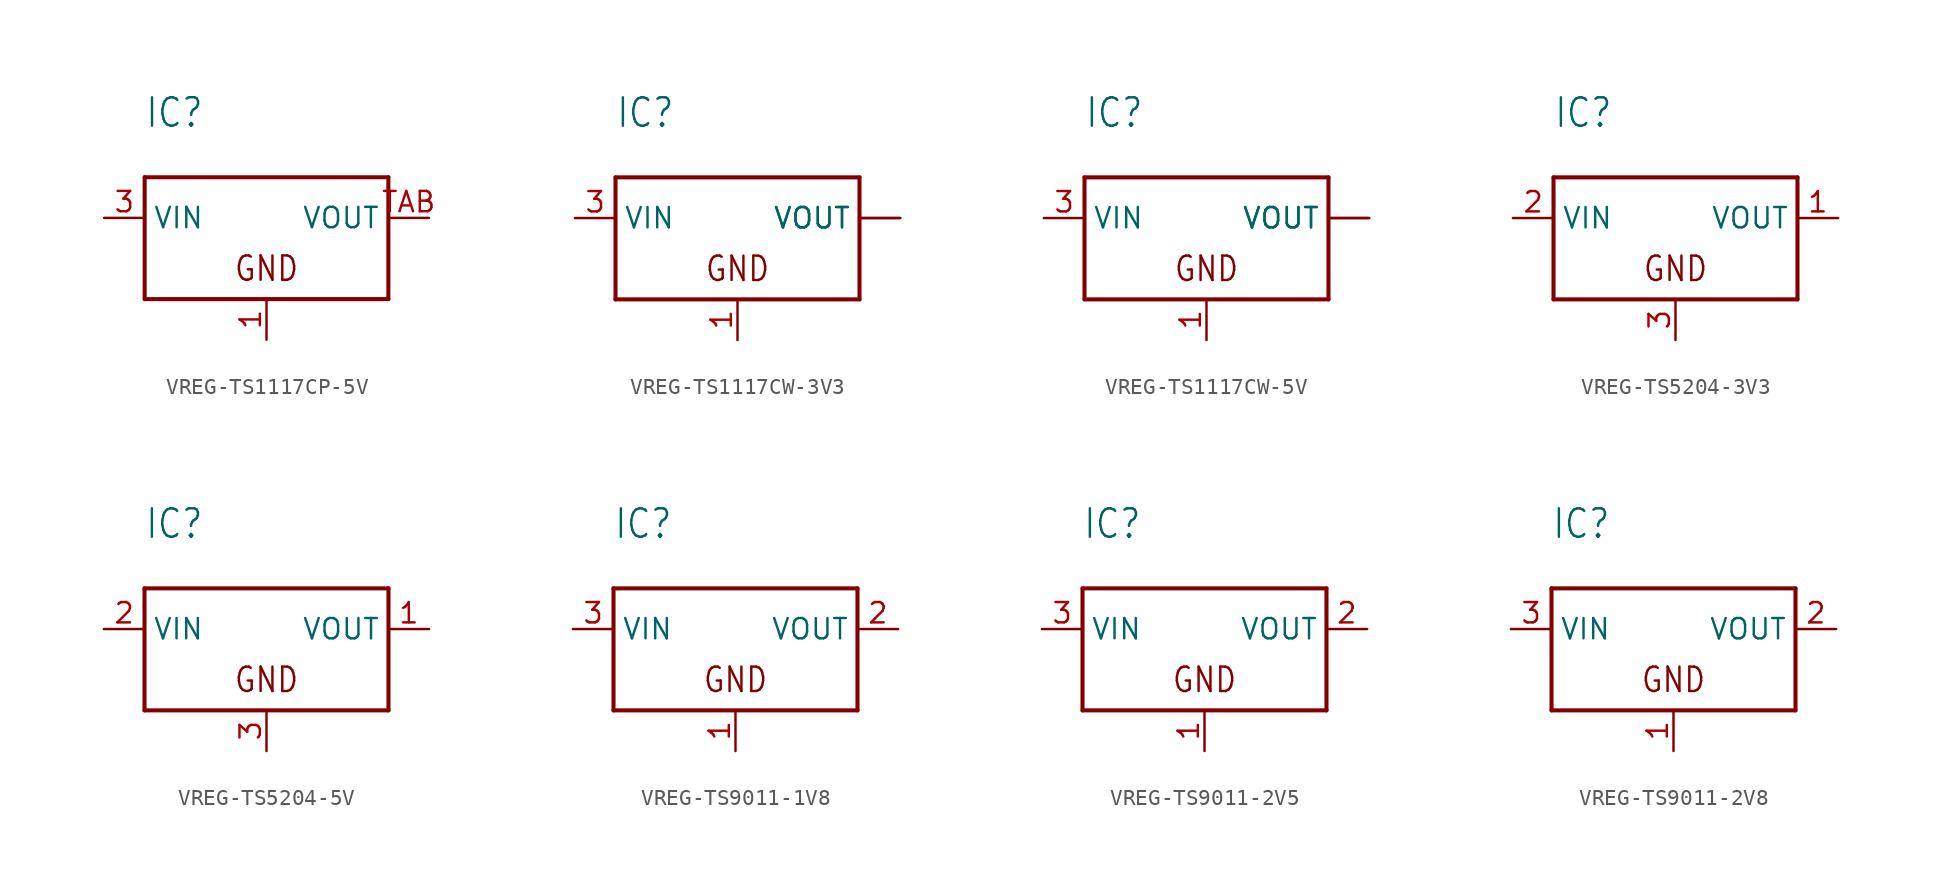
<source format=kicad_sym>
(kicad_symbol_lib
  (version 20220914)
  (generator kicad_symbol_editor)
  (symbol "VREG-TS1117CP-5V"
    (property "Reference" "IC"
      (at -7.62 7.62 0)
      (effects (font (size 1.778 1.511)) (justify left top)))
    (property "Value" ""
      (at -7.62 5.08 0)
      (effects (font (size 1.778 1.511)) (justify left top)))
    (property "ki_locked" ""
      (at 0 0 0)
      (effects (font (size 1.27 1.27))))
    (symbol "VREG-TS1117CP-5V_1_0"
      (polyline (pts (xy -7.62 -5.08) (xy 7.62 -5.08)) (stroke (width 0.254) (type solid)) (fill (type none)))
      (polyline (pts (xy -7.62 2.54) (xy -7.62 -5.08)) (stroke (width 0.254) (type solid)) (fill (type none)))
      (polyline (pts (xy 7.62 -5.08) (xy 7.62 2.54)) (stroke (width 0.254) (type solid)) (fill (type none)))
      (polyline (pts (xy 7.62 2.54) (xy -7.62 2.54)) (stroke (width 0.254) (type solid)) (fill (type none)))
      (text "GND" (at 0 -4.064 0) (effects (font (size 1.524 1.295)) (justify bottom)))
      (pin power_in line (at 0 -7.62 90) (length 2.54) (name "GND" (effects (font (size 0 0)))) (number "1" (effects (font (size 1.27 1.27)))))
      (pin power_in line (at -10.16 0 0) (length 2.54) (name "VIN" (effects (font (size 1.27 1.27)))) (number "3" (effects (font (size 1.27 1.27)))))
      (pin power_in line (at 10.16 0 180) (length 2.54) (name "VOUT" (effects (font (size 1.27 1.27)))) (number "TAB" (effects (font (size 1.27 1.27)))))))
  (symbol "VREG-TS1117CW-3V3"
    (property "Reference" "IC"
      (at -7.62 7.62 0)
      (effects (font (size 1.778 1.511)) (justify left top)))
    (property "Value" ""
      (at -7.62 5.08 0)
      (effects (font (size 1.778 1.511)) (justify left top)))
    (property "ki_locked" ""
      (at 0 0 0)
      (effects (font (size 1.27 1.27))))
    (symbol "VREG-TS1117CW-3V3_1_0"
      (polyline (pts (xy -7.62 -5.08) (xy 7.62 -5.08)) (stroke (width 0.254) (type solid)) (fill (type none)))
      (polyline (pts (xy -7.62 2.54) (xy -7.62 -5.08)) (stroke (width 0.254) (type solid)) (fill (type none)))
      (polyline (pts (xy 7.62 -5.08) (xy 7.62 2.54)) (stroke (width 0.254) (type solid)) (fill (type none)))
      (polyline (pts (xy 7.62 2.54) (xy -7.62 2.54)) (stroke (width 0.254) (type solid)) (fill (type none)))
      (text "GND" (at 0 -4.064 0) (effects (font (size 1.524 1.295)) (justify bottom)))
      (pin power_in line (at 0 -7.62 90) (length 2.54) (name "GND" (effects (font (size 0 0)))) (number "1" (effects (font (size 1.27 1.27)))))
      (pin power_in line (at 10.16 0 180) (length 2.54) (name "VOUT" (effects (font (size 1.27 1.27)))) (number "2" (effects (font (size 0 0)))))
      (pin power_in line (at -10.16 0 0) (length 2.54) (name "VIN" (effects (font (size 1.27 1.27)))) (number "3" (effects (font (size 1.27 1.27)))))
      (pin power_in line (at 10.16 0 180) (length 2.54) (name "VOUT" (effects (font (size 1.27 1.27)))) (number "4" (effects (font (size 0 0)))))))
  (symbol "VREG-TS1117CW-5V"
    (property "Reference" "IC"
      (at -7.62 7.62 0)
      (effects (font (size 1.778 1.511)) (justify left top)))
    (property "Value" ""
      (at -7.62 5.08 0)
      (effects (font (size 1.778 1.511)) (justify left top)))
    (property "ki_locked" ""
      (at 0 0 0)
      (effects (font (size 1.27 1.27))))
    (symbol "VREG-TS1117CW-5V_1_0"
      (polyline (pts (xy -7.62 -5.08) (xy 7.62 -5.08)) (stroke (width 0.254) (type solid)) (fill (type none)))
      (polyline (pts (xy -7.62 2.54) (xy -7.62 -5.08)) (stroke (width 0.254) (type solid)) (fill (type none)))
      (polyline (pts (xy 7.62 -5.08) (xy 7.62 2.54)) (stroke (width 0.254) (type solid)) (fill (type none)))
      (polyline (pts (xy 7.62 2.54) (xy -7.62 2.54)) (stroke (width 0.254) (type solid)) (fill (type none)))
      (text "GND" (at 0 -4.064 0) (effects (font (size 1.524 1.295)) (justify bottom)))
      (pin power_in line (at 0 -7.62 90) (length 2.54) (name "GND" (effects (font (size 0 0)))) (number "1" (effects (font (size 1.27 1.27)))))
      (pin power_in line (at 10.16 0 180) (length 2.54) (name "VOUT" (effects (font (size 1.27 1.27)))) (number "2" (effects (font (size 0 0)))))
      (pin power_in line (at -10.16 0 0) (length 2.54) (name "VIN" (effects (font (size 1.27 1.27)))) (number "3" (effects (font (size 1.27 1.27)))))
      (pin power_in line (at 10.16 0 180) (length 2.54) (name "VOUT" (effects (font (size 1.27 1.27)))) (number "4" (effects (font (size 0 0)))))))
  (symbol "VREG-TS5204-3V3"
    (property "Reference" "IC"
      (at -7.62 7.62 0)
      (effects (font (size 1.778 1.511)) (justify left top)))
    (property "Value" ""
      (at -7.62 5.08 0)
      (effects (font (size 1.778 1.511)) (justify left top)))
    (property "ki_locked" ""
      (at 0 0 0)
      (effects (font (size 1.27 1.27))))
    (symbol "VREG-TS5204-3V3_1_0"
      (polyline (pts (xy -7.62 -5.08) (xy 7.62 -5.08)) (stroke (width 0.254) (type solid)) (fill (type none)))
      (polyline (pts (xy -7.62 2.54) (xy -7.62 -5.08)) (stroke (width 0.254) (type solid)) (fill (type none)))
      (polyline (pts (xy 7.62 -5.08) (xy 7.62 2.54)) (stroke (width 0.254) (type solid)) (fill (type none)))
      (polyline (pts (xy 7.62 2.54) (xy -7.62 2.54)) (stroke (width 0.254) (type solid)) (fill (type none)))
      (text "GND" (at 0 -4.064 0) (effects (font (size 1.524 1.295)) (justify bottom)))
      (pin power_in line (at 10.16 0 180) (length 2.54) (name "VOUT" (effects (font (size 1.27 1.27)))) (number "1" (effects (font (size 1.27 1.27)))))
      (pin power_in line (at -10.16 0 0) (length 2.54) (name "VIN" (effects (font (size 1.27 1.27)))) (number "2" (effects (font (size 1.27 1.27)))))
      (pin power_in line (at 0 -7.62 90) (length 2.54) (name "GND" (effects (font (size 0 0)))) (number "3" (effects (font (size 1.27 1.27)))))))
  (symbol "VREG-TS5204-5V"
    (property "Reference" "IC"
      (at -7.62 7.62 0)
      (effects (font (size 1.778 1.511)) (justify left top)))
    (property "Value" ""
      (at -7.62 5.08 0)
      (effects (font (size 1.778 1.511)) (justify left top)))
    (property "ki_locked" ""
      (at 0 0 0)
      (effects (font (size 1.27 1.27))))
    (symbol "VREG-TS5204-5V_1_0"
      (polyline (pts (xy -7.62 -5.08) (xy 7.62 -5.08)) (stroke (width 0.254) (type solid)) (fill (type none)))
      (polyline (pts (xy -7.62 2.54) (xy -7.62 -5.08)) (stroke (width 0.254) (type solid)) (fill (type none)))
      (polyline (pts (xy 7.62 -5.08) (xy 7.62 2.54)) (stroke (width 0.254) (type solid)) (fill (type none)))
      (polyline (pts (xy 7.62 2.54) (xy -7.62 2.54)) (stroke (width 0.254) (type solid)) (fill (type none)))
      (text "GND" (at 0 -4.064 0) (effects (font (size 1.524 1.295)) (justify bottom)))
      (pin power_in line (at 10.16 0 180) (length 2.54) (name "VOUT" (effects (font (size 1.27 1.27)))) (number "1" (effects (font (size 1.27 1.27)))))
      (pin power_in line (at -10.16 0 0) (length 2.54) (name "VIN" (effects (font (size 1.27 1.27)))) (number "2" (effects (font (size 1.27 1.27)))))
      (pin power_in line (at 0 -7.62 90) (length 2.54) (name "GND" (effects (font (size 0 0)))) (number "3" (effects (font (size 1.27 1.27)))))))
  (symbol "VREG-TS9011-1V8"
    (property "Reference" "IC"
      (at -7.62 7.62 0)
      (effects (font (size 1.778 1.511)) (justify left top)))
    (property "Value" ""
      (at -7.62 5.08 0)
      (effects (font (size 1.778 1.511)) (justify left top)))
    (property "ki_locked" ""
      (at 0 0 0)
      (effects (font (size 1.27 1.27))))
    (symbol "VREG-TS9011-1V8_1_0"
      (polyline (pts (xy -7.62 -5.08) (xy 7.62 -5.08)) (stroke (width 0.254) (type solid)) (fill (type none)))
      (polyline (pts (xy -7.62 2.54) (xy -7.62 -5.08)) (stroke (width 0.254) (type solid)) (fill (type none)))
      (polyline (pts (xy 7.62 -5.08) (xy 7.62 2.54)) (stroke (width 0.254) (type solid)) (fill (type none)))
      (polyline (pts (xy 7.62 2.54) (xy -7.62 2.54)) (stroke (width 0.254) (type solid)) (fill (type none)))
      (text "GND" (at 0 -4.064 0) (effects (font (size 1.524 1.295)) (justify bottom)))
      (pin power_in line (at 0 -7.62 90) (length 2.54) (name "GND" (effects (font (size 0 0)))) (number "1" (effects (font (size 1.27 1.27)))))
      (pin power_in line (at 10.16 0 180) (length 2.54) (name "VOUT" (effects (font (size 1.27 1.27)))) (number "2" (effects (font (size 1.27 1.27)))))
      (pin power_in line (at -10.16 0 0) (length 2.54) (name "VIN" (effects (font (size 1.27 1.27)))) (number "3" (effects (font (size 1.27 1.27)))))))
  (symbol "VREG-TS9011-2V5"
    (property "Reference" "IC"
      (at -7.62 7.62 0)
      (effects (font (size 1.778 1.511)) (justify left top)))
    (property "Value" ""
      (at -7.62 5.08 0)
      (effects (font (size 1.778 1.511)) (justify left top)))
    (property "ki_locked" ""
      (at 0 0 0)
      (effects (font (size 1.27 1.27))))
    (symbol "VREG-TS9011-2V5_1_0"
      (polyline (pts (xy -7.62 -5.08) (xy 7.62 -5.08)) (stroke (width 0.254) (type solid)) (fill (type none)))
      (polyline (pts (xy -7.62 2.54) (xy -7.62 -5.08)) (stroke (width 0.254) (type solid)) (fill (type none)))
      (polyline (pts (xy 7.62 -5.08) (xy 7.62 2.54)) (stroke (width 0.254) (type solid)) (fill (type none)))
      (polyline (pts (xy 7.62 2.54) (xy -7.62 2.54)) (stroke (width 0.254) (type solid)) (fill (type none)))
      (text "GND" (at 0 -4.064 0) (effects (font (size 1.524 1.295)) (justify bottom)))
      (pin power_in line (at 0 -7.62 90) (length 2.54) (name "GND" (effects (font (size 0 0)))) (number "1" (effects (font (size 1.27 1.27)))))
      (pin power_in line (at 10.16 0 180) (length 2.54) (name "VOUT" (effects (font (size 1.27 1.27)))) (number "2" (effects (font (size 1.27 1.27)))))
      (pin power_in line (at -10.16 0 0) (length 2.54) (name "VIN" (effects (font (size 1.27 1.27)))) (number "3" (effects (font (size 1.27 1.27)))))))
  (symbol "VREG-TS9011-2V8"
    (property "Reference" "IC"
      (at -7.62 7.62 0)
      (effects (font (size 1.778 1.511)) (justify left top)))
    (property "Value" ""
      (at -7.62 5.08 0)
      (effects (font (size 1.778 1.511)) (justify left top)))
    (property "ki_locked" ""
      (at 0 0 0)
      (effects (font (size 1.27 1.27))))
    (symbol "VREG-TS9011-2V8_1_0"
      (polyline (pts (xy -7.62 -5.08) (xy 7.62 -5.08)) (stroke (width 0.254) (type solid)) (fill (type none)))
      (polyline (pts (xy -7.62 2.54) (xy -7.62 -5.08)) (stroke (width 0.254) (type solid)) (fill (type none)))
      (polyline (pts (xy 7.62 -5.08) (xy 7.62 2.54)) (stroke (width 0.254) (type solid)) (fill (type none)))
      (polyline (pts (xy 7.62 2.54) (xy -7.62 2.54)) (stroke (width 0.254) (type solid)) (fill (type none)))
      (text "GND" (at 0 -4.064 0) (effects (font (size 1.524 1.295)) (justify bottom)))
      (pin power_in line (at 0 -7.62 90) (length 2.54) (name "GND" (effects (font (size 0 0)))) (number "1" (effects (font (size 1.27 1.27)))))
      (pin power_in line (at 10.16 0 180) (length 2.54) (name "VOUT" (effects (font (size 1.27 1.27)))) (number "2" (effects (font (size 1.27 1.27)))))
      (pin power_in line (at -10.16 0 0) (length 2.54) (name "VIN" (effects (font (size 1.27 1.27)))) (number "3" (effects (font (size 1.27 1.27))))))))
</source>
